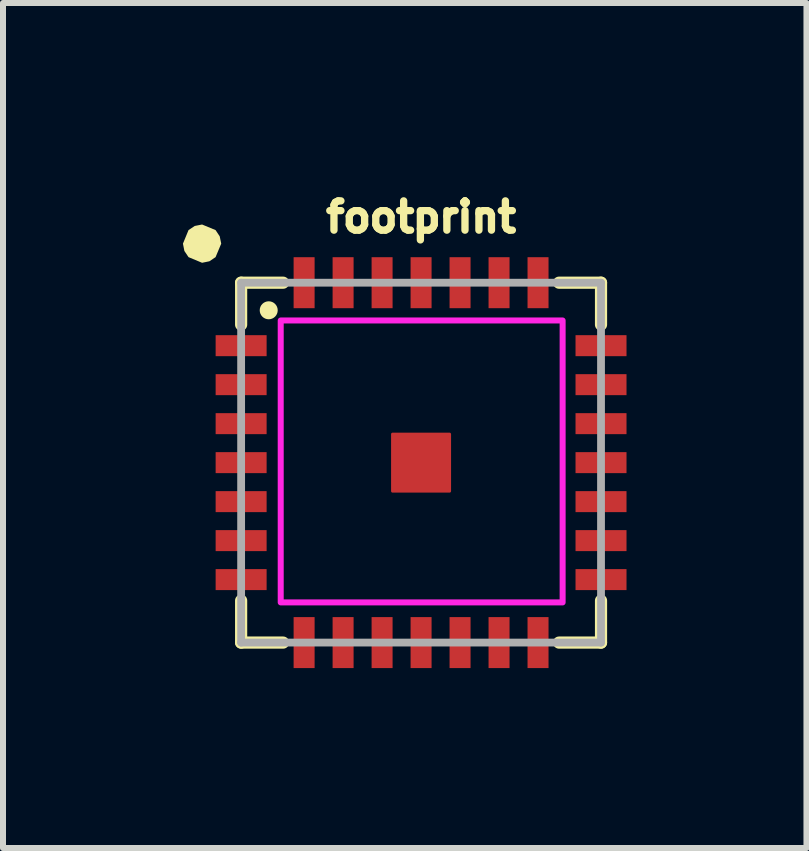
<source format=kicad_pcb>
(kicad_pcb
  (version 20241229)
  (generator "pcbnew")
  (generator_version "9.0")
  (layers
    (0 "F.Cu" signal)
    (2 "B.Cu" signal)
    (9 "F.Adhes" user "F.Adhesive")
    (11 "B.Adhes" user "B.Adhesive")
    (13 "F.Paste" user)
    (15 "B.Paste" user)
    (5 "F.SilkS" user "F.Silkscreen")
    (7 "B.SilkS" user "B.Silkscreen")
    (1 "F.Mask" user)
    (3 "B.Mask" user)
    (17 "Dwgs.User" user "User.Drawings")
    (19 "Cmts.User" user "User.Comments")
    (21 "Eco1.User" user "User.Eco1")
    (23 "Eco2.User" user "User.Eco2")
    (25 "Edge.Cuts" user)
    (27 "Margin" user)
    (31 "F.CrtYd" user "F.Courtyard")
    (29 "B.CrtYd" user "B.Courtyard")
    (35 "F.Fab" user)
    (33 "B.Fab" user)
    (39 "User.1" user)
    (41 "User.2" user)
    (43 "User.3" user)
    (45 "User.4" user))
  (footprint "footprint"
    (layer "F.Cu")
    (at 3.97 4.663)
    (property "Reference" "footprint" (at 0 -3.81 0) (layer "F.SilkS") (effects (font (size 0.488 0.488) (thickness 0.122)) (justify bottom)))
    (fp_line (start -3 -3) (end -2.3 -3) (stroke (width 0.203) (type solid)) (layer "F.SilkS"))
    (fp_line (start -3 -2.3) (end -3 -3) (stroke (width 0.203) (type solid)) (layer "F.SilkS"))
    (fp_line (start -3 3) (end -3 2.3) (stroke (width 0.203) (type solid)) (layer "F.SilkS"))
    (fp_line (start -2.3 3) (end -3 3) (stroke (width 0.203) (type solid)) (layer "F.SilkS"))
    (fp_line (start 2.3 -3) (end 3 -3) (stroke (width 0.203) (type solid)) (layer "F.SilkS"))
    (fp_line (start 3 -3) (end 3 -2.3) (stroke (width 0.203) (type solid)) (layer "F.SilkS"))
    (fp_line (start 3 2.3) (end 3 3) (stroke (width 0.203) (type solid)) (layer "F.SilkS"))
    (fp_line (start 3 3) (end 2.3 3) (stroke (width 0.203) (type solid)) (layer "F.SilkS"))
    (fp_circle (center -2.54 -2.54) (end -2.465 -2.54) (stroke (width 0.15) (type solid)) (fill yes) (layer "F.SilkS"))
    (fp_poly (pts (xy -3.426 -3.877) (xy -3.357 -3.773) (xy -3.332 -3.651) (xy -3.426 -3.426) (xy -3.529 -3.357) (xy -3.651 -3.332) (xy -3.877 -3.426) (xy -3.946 -3.529) (xy -3.97 -3.651) (xy -3.877 -3.877) (xy -3.773 -3.946) (xy -3.651 -3.97)) (stroke (width 0) (type solid)) (fill yes) (layer "F.SilkS"))
    (fp_poly (pts (xy -0.501 0.501) (xy 0.499 0.501) (xy 0.499 -0.499) (xy -0.501 -0.499)) (stroke (width 0) (type solid)) (fill yes) (layer "F.Paste"))
    (fp_poly (pts (xy -2.34 2.33) (xy 2.36 2.33) (xy 2.36 -2.37) (xy -2.34 -2.37)) (stroke (width 0.1) (type solid)) (fill no) (layer "F.CrtYd"))
    (fp_line (start -3 -3) (end -3 3) (stroke (width 0.13) (type solid)) (layer "F.Fab"))
    (fp_line (start -3 3) (end 3 3) (stroke (width 0.13) (type solid)) (layer "F.Fab"))
    (fp_line (start 3 -3) (end -3 -3) (stroke (width 0.13) (type solid)) (layer "F.Fab"))
    (fp_line (start 3 3) (end 3 -3) (stroke (width 0.13) (type solid)) (layer "F.Fab"))
    (pad "1" smd rect (at -3 -1.95) (size 0.85 0.35) (layers "F.Cu" "F.Mask" "F.Paste"))
    (pad "2" smd rect (at -3 -1.3) (size 0.85 0.35) (layers "F.Cu" "F.Mask" "F.Paste"))
    (pad "3" smd rect (at -3 -0.65) (size 0.85 0.35) (layers "F.Cu" "F.Mask" "F.Paste"))
    (pad "4" smd rect (at -3 0) (size 0.85 0.35) (layers "F.Cu" "F.Mask" "F.Paste"))
    (pad "5" smd rect (at -3 0.65) (size 0.85 0.35) (layers "F.Cu" "F.Mask" "F.Paste"))
    (pad "6" smd rect (at -3 1.3) (size 0.85 0.35) (layers "F.Cu" "F.Mask" "F.Paste"))
    (pad "7" smd rect (at -3 1.95) (size 0.85 0.35) (layers "F.Cu" "F.Mask" "F.Paste"))
    (pad "8" smd rect (at -1.95 3) (size 0.35 0.85) (layers "F.Cu" "F.Mask" "F.Paste"))
    (pad "9" smd rect (at -1.3 3) (size 0.35 0.85) (layers "F.Cu" "F.Mask" "F.Paste"))
    (pad "10" smd rect (at -0.65 3) (size 0.35 0.85) (layers "F.Cu" "F.Mask" "F.Paste"))
    (pad "11" smd rect (at 0 3) (size 0.35 0.85) (layers "F.Cu" "F.Mask" "F.Paste"))
    (pad "12" smd rect (at 0.65 3) (size 0.35 0.85) (layers "F.Cu" "F.Mask" "F.Paste"))
    (pad "13" smd rect (at 1.3 3) (size 0.35 0.85) (layers "F.Cu" "F.Mask" "F.Paste"))
    (pad "14" smd rect (at 1.95 3) (size 0.35 0.85) (layers "F.Cu" "F.Mask" "F.Paste"))
    (pad "15" smd rect (at 3 1.95) (size 0.85 0.35) (layers "F.Cu" "F.Mask" "F.Paste"))
    (pad "16" smd rect (at 3 1.3) (size 0.85 0.35) (layers "F.Cu" "F.Mask" "F.Paste"))
    (pad "17" smd rect (at 3 0.65) (size 0.85 0.35) (layers "F.Cu" "F.Mask" "F.Paste"))
    (pad "18" smd rect (at 3 0) (size 0.85 0.35) (layers "F.Cu" "F.Mask" "F.Paste"))
    (pad "19" smd rect (at 3 -0.65) (size 0.85 0.35) (layers "F.Cu" "F.Mask" "F.Paste"))
    (pad "20" smd rect (at 3 -1.3) (size 0.85 0.35) (layers "F.Cu" "F.Mask" "F.Paste"))
    (pad "21" smd rect (at 3 -1.95) (size 0.85 0.35) (layers "F.Cu" "F.Mask" "F.Paste"))
    (pad "22" smd rect (at 1.95 -3) (size 0.35 0.85) (layers "F.Cu" "F.Mask" "F.Paste"))
    (pad "23" smd rect (at 1.3 -3) (size 0.35 0.85) (layers "F.Cu" "F.Mask" "F.Paste"))
    (pad "24" smd rect (at 0.65 -3) (size 0.35 0.85) (layers "F.Cu" "F.Mask" "F.Paste"))
    (pad "25" smd rect (at 0 -3) (size 0.35 0.85) (layers "F.Cu" "F.Mask" "F.Paste"))
    (pad "26" smd rect (at -0.65 -3) (size 0.35 0.85) (layers "F.Cu" "F.Mask" "F.Paste"))
    (pad "27" smd rect (at -1.3 -3) (size 0.35 0.85) (layers "F.Cu" "F.Mask" "F.Paste"))
    (pad "28" smd rect (at -1.95 -3) (size 0.35 0.85) (layers "F.Cu" "F.Mask" "F.Paste"))
    (pad "EXP" smd roundrect (at 0 0) (size 1 1) (layers "F.Cu" "F.Mask") (roundrect_rratio 0.025)))
  (gr_rect
    (start -3 -3)
    (end 10.395 11.088)
    (stroke (width 0.1) (type default))
    (fill no)
    (layer "Edge.Cuts")))
</source>
